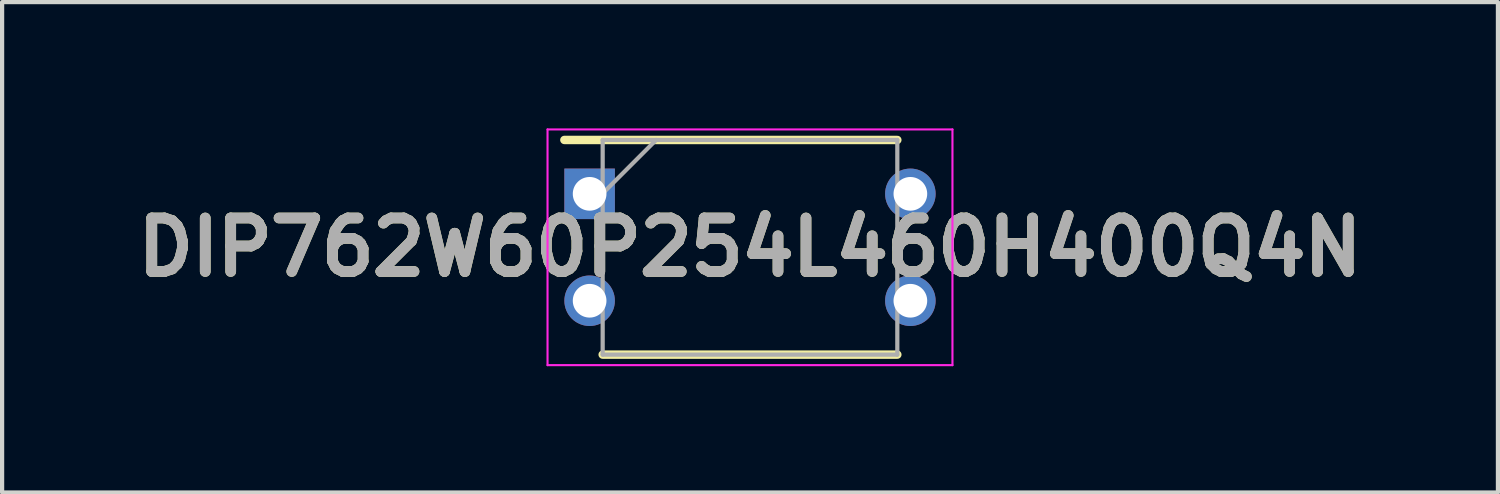
<source format=kicad_pcb>
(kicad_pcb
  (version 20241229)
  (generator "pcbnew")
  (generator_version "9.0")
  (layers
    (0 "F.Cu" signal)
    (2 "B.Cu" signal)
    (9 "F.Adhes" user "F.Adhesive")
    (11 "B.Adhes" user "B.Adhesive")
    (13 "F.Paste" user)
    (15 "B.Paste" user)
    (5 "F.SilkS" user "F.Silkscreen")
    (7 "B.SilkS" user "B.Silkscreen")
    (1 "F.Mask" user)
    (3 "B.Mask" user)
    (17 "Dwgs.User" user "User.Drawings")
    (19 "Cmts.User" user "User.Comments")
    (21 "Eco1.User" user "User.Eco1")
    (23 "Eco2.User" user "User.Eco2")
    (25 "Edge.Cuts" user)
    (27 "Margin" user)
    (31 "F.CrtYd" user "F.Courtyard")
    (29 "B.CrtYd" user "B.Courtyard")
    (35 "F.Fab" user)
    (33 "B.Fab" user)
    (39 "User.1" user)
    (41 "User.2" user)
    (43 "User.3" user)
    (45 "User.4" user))
  (footprint "DIP762W60P254L460H400Q4N"
    (layer "F.Cu")
    (at 14.768 2.825)
    (property "Reference" "DIP762W60P254L460H400Q4N" (at 0 0 0) (layer "F.SilkS") (effects (font (size 1.27 1.27) (thickness 0.254))))
    (attr through_hole)
    (fp_line (start -4.41 -2.55) (end 3.5 -2.55) (stroke (width 0.2) (type solid)) (layer "F.SilkS"))
    (fp_line (start -3.5 2.55) (end 3.5 2.55) (stroke (width 0.2) (type solid)) (layer "F.SilkS"))
    (fp_line (start -4.81 -2.8) (end 4.81 -2.8) (stroke (width 0.05) (type solid)) (layer "F.CrtYd"))
    (fp_line (start -4.81 2.8) (end -4.81 -2.8) (stroke (width 0.05) (type solid)) (layer "F.CrtYd"))
    (fp_line (start 4.81 -2.8) (end 4.81 2.8) (stroke (width 0.05) (type solid)) (layer "F.CrtYd"))
    (fp_line (start 4.81 2.8) (end -4.81 2.8) (stroke (width 0.05) (type solid)) (layer "F.CrtYd"))
    (fp_line (start -3.5 -2.55) (end 3.5 -2.55) (stroke (width 0.1) (type solid)) (layer "F.Fab"))
    (fp_line (start -3.5 -1.28) (end -2.23 -2.55) (stroke (width 0.1) (type solid)) (layer "F.Fab"))
    (fp_line (start -3.5 2.55) (end -3.5 -2.55) (stroke (width 0.1) (type solid)) (layer "F.Fab"))
    (fp_line (start 3.5 -2.55) (end 3.5 2.55) (stroke (width 0.1) (type solid)) (layer "F.Fab"))
    (fp_line (start 3.5 2.55) (end -3.5 2.55) (stroke (width 0.1) (type solid)) (layer "F.Fab"))
    (fp_text user "${REFERENCE}" (at 0 0 0) (layer "F.Fab") (effects (font (size 1.27 1.27) (thickness 0.254))))
    (pad "1" thru_hole rect (at -3.81 -1.27) (size 1.2 1.2) (drill 0.8) (layers "*.Cu" "*.Mask"))
    (pad "2" thru_hole circle (at -3.81 1.27) (size 1.2 1.2) (drill 0.8) (layers "*.Cu" "*.Mask"))
    (pad "3" thru_hole circle (at 3.81 1.27) (size 1.2 1.2) (drill 0.8) (layers "*.Cu" "*.Mask"))
    (pad "4" thru_hole circle (at 3.81 -1.27) (size 1.2 1.2) (drill 0.8) (layers "*.Cu" "*.Mask")))
  (gr_rect
    (start -3 -3)
    (end 32.537 8.65)
    (stroke (width 0.1) (type default))
    (fill no)
    (layer "Edge.Cuts")))
</source>
